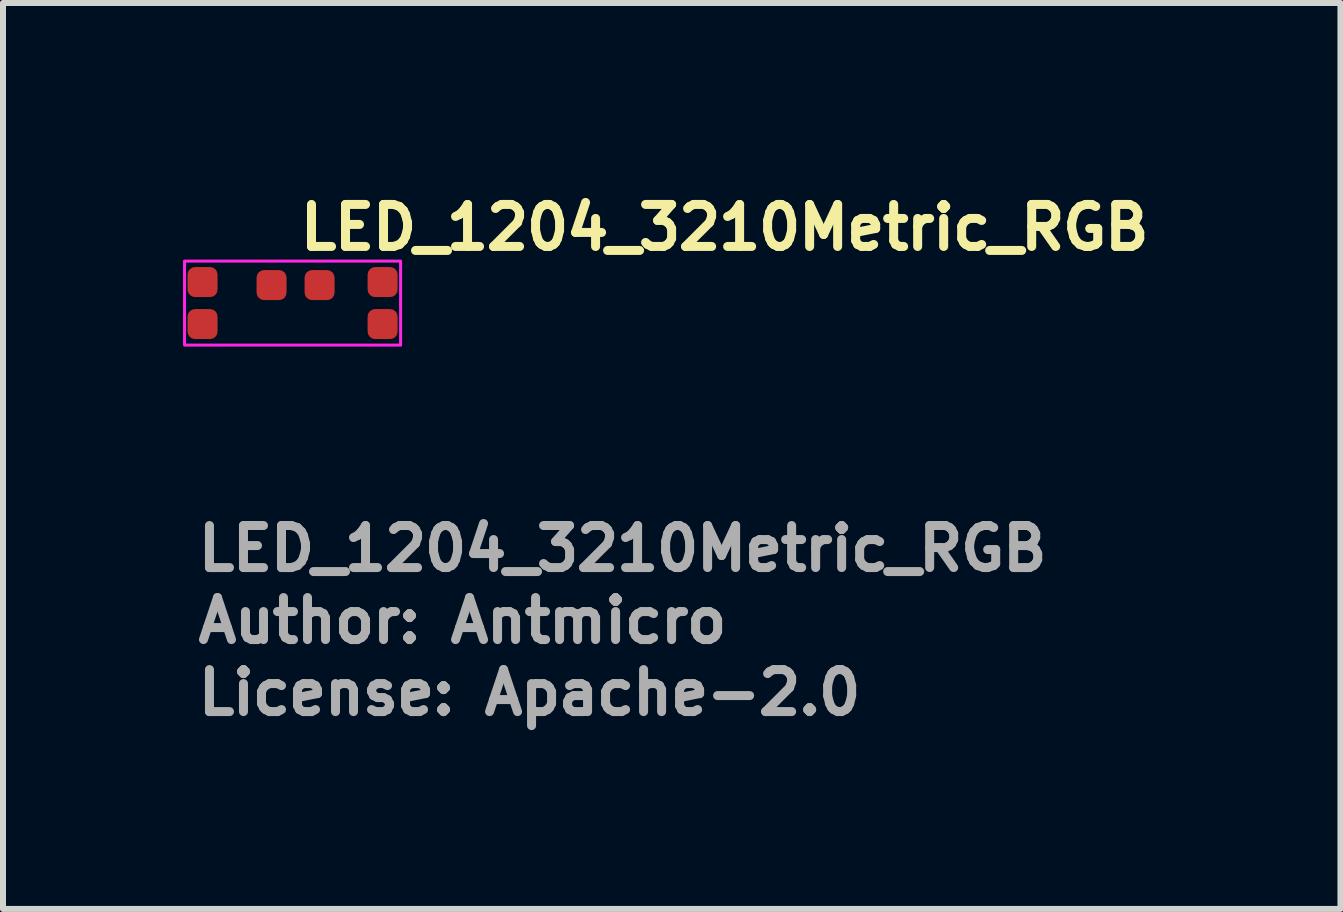
<source format=kicad_pcb>
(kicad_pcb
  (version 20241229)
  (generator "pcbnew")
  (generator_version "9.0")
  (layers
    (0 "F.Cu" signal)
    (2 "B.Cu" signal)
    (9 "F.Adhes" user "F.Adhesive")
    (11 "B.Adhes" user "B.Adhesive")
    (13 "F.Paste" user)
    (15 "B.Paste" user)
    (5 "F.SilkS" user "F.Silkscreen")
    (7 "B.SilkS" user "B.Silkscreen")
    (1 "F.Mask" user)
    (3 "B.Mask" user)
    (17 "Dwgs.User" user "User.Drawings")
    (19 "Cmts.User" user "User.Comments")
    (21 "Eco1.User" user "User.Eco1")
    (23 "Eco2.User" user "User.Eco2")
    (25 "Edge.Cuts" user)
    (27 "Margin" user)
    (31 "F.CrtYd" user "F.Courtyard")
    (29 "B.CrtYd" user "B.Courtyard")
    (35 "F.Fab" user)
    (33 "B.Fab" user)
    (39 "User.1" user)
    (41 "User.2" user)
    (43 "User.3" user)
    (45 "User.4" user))
  (footprint "LED_1204_3210Metric_RGB"
    (layer "F.Cu")
    (at 1.875 2)
    (property "Reference" "LED_1204_3210Metric_RGB" (at 0 -0.85 0) (unlocked yes) (layer "F.SilkS") (effects (font (size 0.7 0.7) (thickness 0.15)) (justify left bottom)))
    (attr smd)
    (fp_rect (start -1.85 -0.7) (end 1.75 0.7) (stroke (width 0.05) (type solid)) (fill no) (layer "F.CrtYd"))
    (fp_rect (start -1.65 -0.5) (end 1.55 0.5) (stroke (width 0.1) (type solid)) (fill no) (layer "User.5"))
    (fp_line (start -1.65 -0.25) (end -1.65 -0.1) (stroke (width 0.02) (type solid)) (layer "User.9"))
    (fp_line (start -1.65 -0.1) (end -1.65 0.1) (stroke (width 0.02) (type solid)) (layer "User.9"))
    (fp_line (start -1.65 0.1) (end -1.637 0.1) (stroke (width 0.02) (type solid)) (layer "User.9"))
    (fp_line (start -1.65 0.25) (end -1.65 0.1) (stroke (width 0.02) (type solid)) (layer "User.9"))
    (fp_line (start -1.638 -0.25) (end -1.65 -0.25) (stroke (width 0.02) (type solid)) (layer "User.9"))
    (fp_line (start -1.638 0.25) (end -1.65 0.25) (stroke (width 0.02) (type solid)) (layer "User.9"))
    (fp_line (start -1.637 -0.1) (end -1.65 -0.1) (stroke (width 0.02) (type solid)) (layer "User.9"))
    (fp_line (start -1.637 0.1) (end -1.625 0.101) (stroke (width 0.02) (type solid)) (layer "User.9"))
    (fp_line (start -1.625 -0.251) (end -1.638 -0.25) (stroke (width 0.02) (type solid)) (layer "User.9"))
    (fp_line (start -1.625 -0.101) (end -1.637 -0.1) (stroke (width 0.02) (type solid)) (layer "User.9"))
    (fp_line (start -1.625 0.101) (end -1.612 0.102) (stroke (width 0.02) (type solid)) (layer "User.9"))
    (fp_line (start -1.625 0.251) (end -1.638 0.25) (stroke (width 0.02) (type solid)) (layer "User.9"))
    (fp_line (start -1.613 -0.253) (end -1.625 -0.251) (stroke (width 0.02) (type solid)) (layer "User.9"))
    (fp_line (start -1.613 0.253) (end -1.625 0.251) (stroke (width 0.02) (type solid)) (layer "User.9"))
    (fp_line (start -1.612 -0.102) (end -1.625 -0.101) (stroke (width 0.02) (type solid)) (layer "User.9"))
    (fp_line (start -1.612 0.102) (end -1.599 0.103) (stroke (width 0.02) (type solid)) (layer "User.9"))
    (fp_line (start -1.601 -0.255) (end -1.613 -0.253) (stroke (width 0.02) (type solid)) (layer "User.9"))
    (fp_line (start -1.601 0.255) (end -1.613 0.253) (stroke (width 0.02) (type solid)) (layer "User.9"))
    (fp_line (start -1.599 -0.103) (end -1.612 -0.102) (stroke (width 0.02) (type solid)) (layer "User.9"))
    (fp_line (start -1.599 0.103) (end -1.587 0.105) (stroke (width 0.02) (type solid)) (layer "User.9"))
    (fp_line (start -1.589 -0.258) (end -1.601 -0.255) (stroke (width 0.02) (type solid)) (layer "User.9"))
    (fp_line (start -1.589 0.258) (end -1.601 0.255) (stroke (width 0.02) (type solid)) (layer "User.9"))
    (fp_line (start -1.587 -0.105) (end -1.599 -0.103) (stroke (width 0.02) (type solid)) (layer "User.9"))
    (fp_line (start -1.587 0.105) (end -1.575 0.107) (stroke (width 0.02) (type solid)) (layer "User.9"))
    (fp_line (start -1.577 -0.261) (end -1.589 -0.258) (stroke (width 0.02) (type solid)) (layer "User.9"))
    (fp_line (start -1.577 0.261) (end -1.589 0.258) (stroke (width 0.02) (type solid)) (layer "User.9"))
    (fp_line (start -1.575 -0.107) (end -1.587 -0.105) (stroke (width 0.02) (type solid)) (layer "User.9"))
    (fp_line (start -1.575 0.107) (end -1.562 0.11) (stroke (width 0.02) (type solid)) (layer "User.9"))
    (fp_line (start -1.566 -0.265) (end -1.577 -0.261) (stroke (width 0.02) (type solid)) (layer "User.9"))
    (fp_line (start -1.566 0.265) (end -1.577 0.261) (stroke (width 0.02) (type solid)) (layer "User.9"))
    (fp_line (start -1.562 -0.11) (end -1.575 -0.107) (stroke (width 0.02) (type solid)) (layer "User.9"))
    (fp_line (start -1.562 0.11) (end -1.55 0.113) (stroke (width 0.02) (type solid)) (layer "User.9"))
    (fp_line (start -1.554 -0.269) (end -1.566 -0.265) (stroke (width 0.02) (type solid)) (layer "User.9"))
    (fp_line (start -1.554 0.269) (end -1.566 0.265) (stroke (width 0.02) (type solid)) (layer "User.9"))
    (fp_line (start -1.55 -0.113) (end -1.562 -0.11) (stroke (width 0.02) (type solid)) (layer "User.9"))
    (fp_line (start -1.55 0.113) (end -1.538 0.116) (stroke (width 0.02) (type solid)) (layer "User.9"))
    (fp_line (start -1.543 -0.274) (end -1.554 -0.269) (stroke (width 0.02) (type solid)) (layer "User.9"))
    (fp_line (start -1.543 0.274) (end -1.554 0.269) (stroke (width 0.02) (type solid)) (layer "User.9"))
    (fp_line (start -1.538 -0.116) (end -1.55 -0.113) (stroke (width 0.02) (type solid)) (layer "User.9"))
    (fp_line (start -1.538 0.116) (end -1.526 0.12) (stroke (width 0.02) (type solid)) (layer "User.9"))
    (fp_line (start -1.532 -0.279) (end -1.543 -0.274) (stroke (width 0.02) (type solid)) (layer "User.9"))
    (fp_line (start -1.532 0.279) (end -1.543 0.274) (stroke (width 0.02) (type solid)) (layer "User.9"))
    (fp_line (start -1.526 -0.12) (end -1.538 -0.116) (stroke (width 0.02) (type solid)) (layer "User.9"))
    (fp_line (start -1.526 0.12) (end -1.514 0.124) (stroke (width 0.02) (type solid)) (layer "User.9"))
    (fp_line (start -1.522 -0.285) (end -1.532 -0.279) (stroke (width 0.02) (type solid)) (layer "User.9"))
    (fp_line (start -1.522 0.285) (end -1.532 0.279) (stroke (width 0.02) (type solid)) (layer "User.9"))
    (fp_line (start -1.514 -0.124) (end -1.526 -0.12) (stroke (width 0.02) (type solid)) (layer "User.9"))
    (fp_line (start -1.514 0.124) (end -1.502 0.128) (stroke (width 0.02) (type solid)) (layer "User.9"))
    (fp_line (start -1.511 -0.292) (end -1.522 -0.285) (stroke (width 0.02) (type solid)) (layer "User.9"))
    (fp_line (start -1.511 0.292) (end -1.522 0.285) (stroke (width 0.02) (type solid)) (layer "User.9"))
    (fp_line (start -1.502 -0.128) (end -1.514 -0.124) (stroke (width 0.02) (type solid)) (layer "User.9"))
    (fp_line (start -1.502 0.128) (end -1.49 0.133) (stroke (width 0.02) (type solid)) (layer "User.9"))
    (fp_line (start -1.501 -0.299) (end -1.511 -0.292) (stroke (width 0.02) (type solid)) (layer "User.9"))
    (fp_line (start -1.501 0.299) (end -1.511 0.292) (stroke (width 0.02) (type solid)) (layer "User.9"))
    (fp_line (start -1.492 -0.307) (end -1.501 -0.299) (stroke (width 0.02) (type solid)) (layer "User.9"))
    (fp_line (start -1.492 0.307) (end -1.501 0.299) (stroke (width 0.02) (type solid)) (layer "User.9"))
    (fp_line (start -1.49 -0.133) (end -1.502 -0.128) (stroke (width 0.02) (type solid)) (layer "User.9"))
    (fp_line (start -1.49 0.133) (end -1.479 0.138) (stroke (width 0.02) (type solid)) (layer "User.9"))
    (fp_line (start -1.482 -0.315) (end -1.492 -0.307) (stroke (width 0.02) (type solid)) (layer "User.9"))
    (fp_line (start -1.482 0.315) (end -1.492 0.307) (stroke (width 0.02) (type solid)) (layer "User.9"))
    (fp_line (start -1.479 -0.138) (end -1.49 -0.133) (stroke (width 0.02) (type solid)) (layer "User.9"))
    (fp_line (start -1.479 0.138) (end -1.468 0.144) (stroke (width 0.02) (type solid)) (layer "User.9"))
    (fp_line (start -1.473 -0.323) (end -1.482 -0.315) (stroke (width 0.02) (type solid)) (layer "User.9"))
    (fp_line (start -1.473 -0.323) (end -1.473 -0.323) (stroke (width 0.02) (type solid)) (layer "User.9"))
    (fp_line (start -1.473 0.323) (end -1.482 0.315) (stroke (width 0.02) (type solid)) (layer "User.9"))
    (fp_line (start -1.473 0.323) (end -1.473 0.323) (stroke (width 0.02) (type solid)) (layer "User.9"))
    (fp_line (start -1.468 -0.144) (end -1.479 -0.138) (stroke (width 0.02) (type solid)) (layer "User.9"))
    (fp_line (start -1.468 0.144) (end -1.456 0.15) (stroke (width 0.02) (type solid)) (layer "User.9"))
    (fp_line (start -1.465 -0.332) (end -1.473 -0.323) (stroke (width 0.02) (type solid)) (layer "User.9"))
    (fp_line (start -1.465 0.332) (end -1.473 0.323) (stroke (width 0.02) (type solid)) (layer "User.9"))
    (fp_line (start -1.457 -0.342) (end -1.465 -0.332) (stroke (width 0.02) (type solid)) (layer "User.9"))
    (fp_line (start -1.457 0.342) (end -1.465 0.332) (stroke (width 0.02) (type solid)) (layer "User.9"))
    (fp_line (start -1.456 -0.15) (end -1.468 -0.144) (stroke (width 0.02) (type solid)) (layer "User.9"))
    (fp_line (start -1.456 0.15) (end -1.05 0.15) (stroke (width 0.02) (type solid)) (layer "User.9"))
    (fp_line (start -1.449 -0.351) (end -1.457 -0.342) (stroke (width 0.02) (type solid)) (layer "User.9"))
    (fp_line (start -1.449 0.351) (end -1.457 0.342) (stroke (width 0.02) (type solid)) (layer "User.9"))
    (fp_line (start -1.442 -0.361) (end -1.449 -0.351) (stroke (width 0.02) (type solid)) (layer "User.9"))
    (fp_line (start -1.442 0.361) (end -1.449 0.351) (stroke (width 0.02) (type solid)) (layer "User.9"))
    (fp_line (start -1.435 -0.372) (end -1.442 -0.361) (stroke (width 0.02) (type solid)) (layer "User.9"))
    (fp_line (start -1.435 0.372) (end -1.442 0.361) (stroke (width 0.02) (type solid)) (layer "User.9"))
    (fp_line (start -1.429 -0.382) (end -1.435 -0.372) (stroke (width 0.02) (type solid)) (layer "User.9"))
    (fp_line (start -1.429 0.382) (end -1.435 0.372) (stroke (width 0.02) (type solid)) (layer "User.9"))
    (fp_line (start -1.424 -0.393) (end -1.429 -0.382) (stroke (width 0.02) (type solid)) (layer "User.9"))
    (fp_line (start -1.424 0.393) (end -1.429 0.382) (stroke (width 0.02) (type solid)) (layer "User.9"))
    (fp_line (start -1.419 -0.404) (end -1.424 -0.393) (stroke (width 0.02) (type solid)) (layer "User.9"))
    (fp_line (start -1.419 0.404) (end -1.424 0.393) (stroke (width 0.02) (type solid)) (layer "User.9"))
    (fp_line (start -1.415 -0.416) (end -1.419 -0.404) (stroke (width 0.02) (type solid)) (layer "User.9"))
    (fp_line (start -1.415 0.416) (end -1.419 0.404) (stroke (width 0.02) (type solid)) (layer "User.9"))
    (fp_line (start -1.411 -0.427) (end -1.415 -0.416) (stroke (width 0.02) (type solid)) (layer "User.9"))
    (fp_line (start -1.411 0.427) (end -1.415 0.416) (stroke (width 0.02) (type solid)) (layer "User.9"))
    (fp_line (start -1.408 -0.439) (end -1.411 -0.427) (stroke (width 0.02) (type solid)) (layer "User.9"))
    (fp_line (start -1.408 0.439) (end -1.411 0.427) (stroke (width 0.02) (type solid)) (layer "User.9"))
    (fp_line (start -1.405 -0.451) (end -1.408 -0.439) (stroke (width 0.02) (type solid)) (layer "User.9"))
    (fp_line (start -1.405 0.451) (end -1.408 0.439) (stroke (width 0.02) (type solid)) (layer "User.9"))
    (fp_line (start -1.403 -0.463) (end -1.405 -0.451) (stroke (width 0.02) (type solid)) (layer "User.9"))
    (fp_line (start -1.403 0.463) (end -1.405 0.451) (stroke (width 0.02) (type solid)) (layer "User.9"))
    (fp_line (start -1.401 -0.475) (end -1.403 -0.463) (stroke (width 0.02) (type solid)) (layer "User.9"))
    (fp_line (start -1.401 0.475) (end -1.403 0.463) (stroke (width 0.02) (type solid)) (layer "User.9"))
    (fp_line (start -1.4 -0.5) (end -1.4 -0.488) (stroke (width 0.02) (type solid)) (layer "User.9"))
    (fp_line (start -1.4 -0.488) (end -1.401 -0.475) (stroke (width 0.02) (type solid)) (layer "User.9"))
    (fp_line (start -1.4 0.488) (end -1.401 0.475) (stroke (width 0.02) (type solid)) (layer "User.9"))
    (fp_line (start -1.4 0.5) (end -1.4 0.488) (stroke (width 0.02) (type solid)) (layer "User.9"))
    (fp_line (start -1.4 0.5) (end -1.25 0.5) (stroke (width 0.02) (type solid)) (layer "User.9"))
    (fp_line (start -1.25 -0.5) (end -1.4 -0.5) (stroke (width 0.02) (type solid)) (layer "User.9"))
    (fp_line (start -1.25 -0.5) (end -1.25 -0.49) (stroke (width 0.02) (type solid)) (layer "User.9"))
    (fp_line (start -1.25 -0.5) (end 1.15 -0.5) (stroke (width 0.02) (type solid)) (layer "User.9"))
    (fp_line (start -1.25 -0.49) (end -1.249 -0.48) (stroke (width 0.02) (type solid)) (layer "User.9"))
    (fp_line (start -1.25 0.49) (end -1.249 0.48) (stroke (width 0.02) (type solid)) (layer "User.9"))
    (fp_line (start -1.25 0.5) (end -1.25 0.49) (stroke (width 0.02) (type solid)) (layer "User.9"))
    (fp_line (start -1.25 0.5) (end 1.15 0.5) (stroke (width 0.02) (type solid)) (layer "User.9"))
    (fp_line (start -1.249 -0.48) (end -1.248 -0.47) (stroke (width 0.02) (type solid)) (layer "User.9"))
    (fp_line (start -1.249 0.48) (end -1.248 0.47) (stroke (width 0.02) (type solid)) (layer "User.9"))
    (fp_line (start -1.248 -0.47) (end -1.246 -0.461) (stroke (width 0.02) (type solid)) (layer "User.9"))
    (fp_line (start -1.248 0.47) (end -1.246 0.461) (stroke (width 0.02) (type solid)) (layer "User.9"))
    (fp_line (start -1.246 -0.461) (end -1.244 -0.451) (stroke (width 0.02) (type solid)) (layer "User.9"))
    (fp_line (start -1.246 0.461) (end -1.244 0.451) (stroke (width 0.02) (type solid)) (layer "User.9"))
    (fp_line (start -1.244 -0.451) (end -1.241 -0.442) (stroke (width 0.02) (type solid)) (layer "User.9"))
    (fp_line (start -1.244 0.451) (end -1.241 0.442) (stroke (width 0.02) (type solid)) (layer "User.9"))
    (fp_line (start -1.241 -0.442) (end -1.238 -0.433) (stroke (width 0.02) (type solid)) (layer "User.9"))
    (fp_line (start -1.241 0.442) (end -1.238 0.433) (stroke (width 0.02) (type solid)) (layer "User.9"))
    (fp_line (start -1.238 -0.433) (end -1.235 -0.423) (stroke (width 0.02) (type solid)) (layer "User.9"))
    (fp_line (start -1.238 0.433) (end -1.235 0.423) (stroke (width 0.02) (type solid)) (layer "User.9"))
    (fp_line (start -1.235 -0.423) (end -1.231 -0.415) (stroke (width 0.02) (type solid)) (layer "User.9"))
    (fp_line (start -1.235 0.423) (end -1.231 0.415) (stroke (width 0.02) (type solid)) (layer "User.9"))
    (fp_line (start -1.231 -0.415) (end -1.226 -0.406) (stroke (width 0.02) (type solid)) (layer "User.9"))
    (fp_line (start -1.231 0.415) (end -1.226 0.406) (stroke (width 0.02) (type solid)) (layer "User.9"))
    (fp_line (start -1.226 -0.406) (end -1.222 -0.397) (stroke (width 0.02) (type solid)) (layer "User.9"))
    (fp_line (start -1.226 0.406) (end -1.222 0.397) (stroke (width 0.02) (type solid)) (layer "User.9"))
    (fp_line (start -1.222 -0.397) (end -1.216 -0.389) (stroke (width 0.02) (type solid)) (layer "User.9"))
    (fp_line (start -1.222 0.397) (end -1.216 0.389) (stroke (width 0.02) (type solid)) (layer "User.9"))
    (fp_line (start -1.216 -0.389) (end -1.211 -0.381) (stroke (width 0.02) (type solid)) (layer "User.9"))
    (fp_line (start -1.216 0.389) (end -1.211 0.381) (stroke (width 0.02) (type solid)) (layer "User.9"))
    (fp_line (start -1.211 -0.381) (end -1.205 -0.373) (stroke (width 0.02) (type solid)) (layer "User.9"))
    (fp_line (start -1.211 0.381) (end -1.205 0.373) (stroke (width 0.02) (type solid)) (layer "User.9"))
    (fp_line (start -1.205 -0.373) (end -1.198 -0.366) (stroke (width 0.02) (type solid)) (layer "User.9"))
    (fp_line (start -1.205 0.373) (end -1.198 0.366) (stroke (width 0.02) (type solid)) (layer "User.9"))
    (fp_line (start -1.198 -0.366) (end -1.191 -0.359) (stroke (width 0.02) (type solid)) (layer "User.9"))
    (fp_line (start -1.198 0.366) (end -1.191 0.359) (stroke (width 0.02) (type solid)) (layer "User.9"))
    (fp_line (start -1.191 -0.359) (end -1.191 -0.359) (stroke (width 0.02) (type solid)) (layer "User.9"))
    (fp_line (start -1.191 -0.359) (end -1.184 -0.352) (stroke (width 0.02) (type solid)) (layer "User.9"))
    (fp_line (start -1.191 0.359) (end -1.191 0.359) (stroke (width 0.02) (type solid)) (layer "User.9"))
    (fp_line (start -1.191 0.359) (end -1.184 0.352) (stroke (width 0.02) (type solid)) (layer "User.9"))
    (fp_line (start -1.184 -0.352) (end -1.177 -0.345) (stroke (width 0.02) (type solid)) (layer "User.9"))
    (fp_line (start -1.184 0.352) (end -1.177 0.345) (stroke (width 0.02) (type solid)) (layer "User.9"))
    (fp_line (start -1.177 -0.345) (end -1.169 -0.339) (stroke (width 0.02) (type solid)) (layer "User.9"))
    (fp_line (start -1.177 0.345) (end -1.169 0.339) (stroke (width 0.02) (type solid)) (layer "User.9"))
    (fp_line (start -1.169 -0.339) (end -1.161 -0.334) (stroke (width 0.02) (type solid)) (layer "User.9"))
    (fp_line (start -1.169 0.339) (end -1.161 0.334) (stroke (width 0.02) (type solid)) (layer "User.9"))
    (fp_line (start -1.161 -0.334) (end -1.153 -0.328) (stroke (width 0.02) (type solid)) (layer "User.9"))
    (fp_line (start -1.161 0.334) (end -1.153 0.328) (stroke (width 0.02) (type solid)) (layer "User.9"))
    (fp_line (start -1.153 -0.328) (end -1.144 -0.324) (stroke (width 0.02) (type solid)) (layer "User.9"))
    (fp_line (start -1.153 0.328) (end -1.144 0.324) (stroke (width 0.02) (type solid)) (layer "User.9"))
    (fp_line (start -1.144 -0.324) (end -1.135 -0.319) (stroke (width 0.02) (type solid)) (layer "User.9"))
    (fp_line (start -1.144 0.324) (end -1.135 0.319) (stroke (width 0.02) (type solid)) (layer "User.9"))
    (fp_line (start -1.135 -0.319) (end -1.127 -0.315) (stroke (width 0.02) (type solid)) (layer "User.9"))
    (fp_line (start -1.135 0.319) (end -1.127 0.315) (stroke (width 0.02) (type solid)) (layer "User.9"))
    (fp_line (start -1.127 -0.315) (end -1.117 -0.312) (stroke (width 0.02) (type solid)) (layer "User.9"))
    (fp_line (start -1.127 0.315) (end -1.117 0.312) (stroke (width 0.02) (type solid)) (layer "User.9"))
    (fp_line (start -1.117 -0.312) (end -1.108 -0.309) (stroke (width 0.02) (type solid)) (layer "User.9"))
    (fp_line (start -1.117 0.312) (end -1.108 0.309) (stroke (width 0.02) (type solid)) (layer "User.9"))
    (fp_line (start -1.108 -0.309) (end -1.099 -0.306) (stroke (width 0.02) (type solid)) (layer "User.9"))
    (fp_line (start -1.108 0.309) (end -1.099 0.306) (stroke (width 0.02) (type solid)) (layer "User.9"))
    (fp_line (start -1.099 -0.306) (end -1.089 -0.304) (stroke (width 0.02) (type solid)) (layer "User.9"))
    (fp_line (start -1.099 0.306) (end -1.089 0.304) (stroke (width 0.02) (type solid)) (layer "User.9"))
    (fp_line (start -1.089 -0.304) (end -1.08 -0.302) (stroke (width 0.02) (type solid)) (layer "User.9"))
    (fp_line (start -1.089 0.304) (end -1.08 0.302) (stroke (width 0.02) (type solid)) (layer "User.9"))
    (fp_line (start -1.08 -0.302) (end -1.07 -0.301) (stroke (width 0.02) (type solid)) (layer "User.9"))
    (fp_line (start -1.08 0.302) (end -1.07 0.301) (stroke (width 0.02) (type solid)) (layer "User.9"))
    (fp_line (start -1.07 -0.301) (end -1.06 -0.3) (stroke (width 0.02) (type solid)) (layer "User.9"))
    (fp_line (start -1.07 0.301) (end -1.06 0.3) (stroke (width 0.02) (type solid)) (layer "User.9"))
    (fp_line (start -1.06 -0.3) (end -1.05 -0.3) (stroke (width 0.02) (type solid)) (layer "User.9"))
    (fp_line (start -1.06 0.3) (end -1.05 0.3) (stroke (width 0.02) (type solid)) (layer "User.9"))
    (fp_line (start -1.05 -0.475) (end -1.05 -0.3) (stroke (width 0.02) (type solid)) (layer "User.9"))
    (fp_line (start -1.05 -0.475) (end -1.025 -0.475) (stroke (width 0.02) (type solid)) (layer "User.9"))
    (fp_line (start -1.05 -0.3) (end -1.05 -0.15) (stroke (width 0.02) (type solid)) (layer "User.9"))
    (fp_line (start -1.05 -0.15) (end -1.456 -0.15) (stroke (width 0.02) (type solid)) (layer "User.9"))
    (fp_line (start -1.05 -0.15) (end -1.05 0.15) (stroke (width 0.02) (type solid)) (layer "User.9"))
    (fp_line (start -1.05 0.15) (end -1.05 0.3) (stroke (width 0.02) (type solid)) (layer "User.9"))
    (fp_line (start -1.05 0.475) (end -1.05 0.3) (stroke (width 0.02) (type solid)) (layer "User.9"))
    (fp_line (start -1.05 0.475) (end -1.025 0.475) (stroke (width 0.02) (type solid)) (layer "User.9"))
    (fp_line (start -1.025 -0.475) (end -1.025 -0.475) (stroke (width 0.02) (type solid)) (layer "User.9"))
    (fp_line (start -1.025 -0.475) (end -0.951 -0.475) (stroke (width 0.02) (type solid)) (layer "User.9"))
    (fp_line (start -1.025 0.475) (end -1.025 0.475) (stroke (width 0.02) (type solid)) (layer "User.9"))
    (fp_line (start -1.025 0.475) (end -0.951 0.475) (stroke (width 0.02) (type solid)) (layer "User.9"))
    (fp_line (start -0.951 -0.475) (end -0.951 -0.475) (stroke (width 0.02) (type solid)) (layer "User.9"))
    (fp_line (start -0.951 -0.475) (end -0.832 -0.475) (stroke (width 0.02) (type solid)) (layer "User.9"))
    (fp_line (start -0.951 0.475) (end -0.951 0.475) (stroke (width 0.02) (type solid)) (layer "User.9"))
    (fp_line (start -0.951 0.475) (end -0.832 0.475) (stroke (width 0.02) (type solid)) (layer "User.9"))
    (fp_line (start -0.832 -0.475) (end -0.832 -0.475) (stroke (width 0.02) (type solid)) (layer "User.9"))
    (fp_line (start -0.832 -0.475) (end -0.673 -0.475) (stroke (width 0.02) (type solid)) (layer "User.9"))
    (fp_line (start -0.832 0.475) (end -0.832 0.475) (stroke (width 0.02) (type solid)) (layer "User.9"))
    (fp_line (start -0.832 0.475) (end -0.673 0.475) (stroke (width 0.02) (type solid)) (layer "User.9"))
    (fp_line (start -0.673 -0.475) (end -0.673 -0.475) (stroke (width 0.02) (type solid)) (layer "User.9"))
    (fp_line (start -0.673 -0.475) (end -0.484 -0.475) (stroke (width 0.02) (type solid)) (layer "User.9"))
    (fp_line (start -0.673 0.475) (end -0.673 0.475) (stroke (width 0.02) (type solid)) (layer "User.9"))
    (fp_line (start -0.673 0.475) (end -0.484 0.475) (stroke (width 0.02) (type solid)) (layer "User.9"))
    (fp_line (start -0.484 -0.475) (end -0.484 -0.475) (stroke (width 0.02) (type solid)) (layer "User.9"))
    (fp_line (start -0.484 -0.475) (end -0.273 -0.475) (stroke (width 0.02) (type solid)) (layer "User.9"))
    (fp_line (start -0.484 0.475) (end -0.484 0.475) (stroke (width 0.02) (type solid)) (layer "User.9"))
    (fp_line (start -0.484 0.475) (end -0.273 0.475) (stroke (width 0.02) (type solid)) (layer "User.9"))
    (fp_line (start -0.273 -0.475) (end -0.273 -0.475) (stroke (width 0.02) (type solid)) (layer "User.9"))
    (fp_line (start -0.273 -0.475) (end -0.05 -0.475) (stroke (width 0.02) (type solid)) (layer "User.9"))
    (fp_line (start -0.273 0.475) (end -0.273 0.475) (stroke (width 0.02) (type solid)) (layer "User.9"))
    (fp_line (start -0.273 0.475) (end -0.05 0.475) (stroke (width 0.02) (type solid)) (layer "User.9"))
    (fp_line (start -0.05 -0.475) (end -0.05 -0.475) (stroke (width 0.02) (type solid)) (layer "User.9"))
    (fp_line (start -0.05 -0.475) (end 0.173 -0.475) (stroke (width 0.02) (type solid)) (layer "User.9"))
    (fp_line (start -0.05 0.475) (end -0.05 0.475) (stroke (width 0.02) (type solid)) (layer "User.9"))
    (fp_line (start -0.05 0.475) (end 0.173 0.475) (stroke (width 0.02) (type solid)) (layer "User.9"))
    (fp_line (start 0.173 -0.475) (end 0.173 -0.475) (stroke (width 0.02) (type solid)) (layer "User.9"))
    (fp_line (start 0.173 -0.475) (end 0.384 -0.475) (stroke (width 0.02) (type solid)) (layer "User.9"))
    (fp_line (start 0.173 0.475) (end 0.173 0.475) (stroke (width 0.02) (type solid)) (layer "User.9"))
    (fp_line (start 0.173 0.475) (end 0.384 0.475) (stroke (width 0.02) (type solid)) (layer "User.9"))
    (fp_line (start 0.384 -0.475) (end 0.384 -0.475) (stroke (width 0.02) (type solid)) (layer "User.9"))
    (fp_line (start 0.384 -0.475) (end 0.573 -0.475) (stroke (width 0.02) (type solid)) (layer "User.9"))
    (fp_line (start 0.384 0.475) (end 0.384 0.475) (stroke (width 0.02) (type solid)) (layer "User.9"))
    (fp_line (start 0.384 0.475) (end 0.573 0.475) (stroke (width 0.02) (type solid)) (layer "User.9"))
    (fp_line (start 0.573 -0.475) (end 0.573 -0.475) (stroke (width 0.02) (type solid)) (layer "User.9"))
    (fp_line (start 0.573 -0.475) (end 0.732 -0.475) (stroke (width 0.02) (type solid)) (layer "User.9"))
    (fp_line (start 0.573 0.475) (end 0.573 0.475) (stroke (width 0.02) (type solid)) (layer "User.9"))
    (fp_line (start 0.573 0.475) (end 0.732 0.475) (stroke (width 0.02) (type solid)) (layer "User.9"))
    (fp_line (start 0.732 -0.475) (end 0.732 -0.475) (stroke (width 0.02) (type solid)) (layer "User.9"))
    (fp_line (start 0.732 -0.475) (end 0.851 -0.475) (stroke (width 0.02) (type solid)) (layer "User.9"))
    (fp_line (start 0.732 0.475) (end 0.732 0.475) (stroke (width 0.02) (type solid)) (layer "User.9"))
    (fp_line (start 0.732 0.475) (end 0.851 0.475) (stroke (width 0.02) (type solid)) (layer "User.9"))
    (fp_line (start 0.851 -0.475) (end 0.851 -0.475) (stroke (width 0.02) (type solid)) (layer "User.9"))
    (fp_line (start 0.851 -0.475) (end 0.925 -0.475) (stroke (width 0.02) (type solid)) (layer "User.9"))
    (fp_line (start 0.851 0.475) (end 0.851 0.475) (stroke (width 0.02) (type solid)) (layer "User.9"))
    (fp_line (start 0.851 0.475) (end 0.925 0.475) (stroke (width 0.02) (type solid)) (layer "User.9"))
    (fp_line (start 0.925 -0.475) (end 0.925 -0.475) (stroke (width 0.02) (type solid)) (layer "User.9"))
    (fp_line (start 0.925 -0.475) (end 0.95 -0.475) (stroke (width 0.02) (type solid)) (layer "User.9"))
    (fp_line (start 0.925 0.475) (end 0.925 0.475) (stroke (width 0.02) (type solid)) (layer "User.9"))
    (fp_line (start 0.925 0.475) (end 0.95 0.475) (stroke (width 0.02) (type solid)) (layer "User.9"))
    (fp_line (start 0.95 -0.3) (end 0.95 -0.475) (stroke (width 0.02) (type solid)) (layer "User.9"))
    (fp_line (start 0.95 -0.3) (end 0.96 -0.3) (stroke (width 0.02) (type solid)) (layer "User.9"))
    (fp_line (start 0.95 -0.15) (end 0.95 -0.3) (stroke (width 0.02) (type solid)) (layer "User.9"))
    (fp_line (start 0.95 -0.15) (end 0.95 0.15) (stroke (width 0.02) (type solid)) (layer "User.9"))
    (fp_line (start 0.95 0.15) (end 1.356 0.15) (stroke (width 0.02) (type solid)) (layer "User.9"))
    (fp_line (start 0.95 0.3) (end 0.95 0.15) (stroke (width 0.02) (type solid)) (layer "User.9"))
    (fp_line (start 0.95 0.3) (end 0.95 0.475) (stroke (width 0.02) (type solid)) (layer "User.9"))
    (fp_line (start 0.96 -0.3) (end 0.97 -0.301) (stroke (width 0.02) (type solid)) (layer "User.9"))
    (fp_line (start 0.96 0.3) (end 0.95 0.3) (stroke (width 0.02) (type solid)) (layer "User.9"))
    (fp_line (start 0.97 -0.301) (end 0.98 -0.302) (stroke (width 0.02) (type solid)) (layer "User.9"))
    (fp_line (start 0.97 0.301) (end 0.96 0.3) (stroke (width 0.02) (type solid)) (layer "User.9"))
    (fp_line (start 0.98 -0.302) (end 0.989 -0.304) (stroke (width 0.02) (type solid)) (layer "User.9"))
    (fp_line (start 0.98 0.302) (end 0.97 0.301) (stroke (width 0.02) (type solid)) (layer "User.9"))
    (fp_line (start 0.989 -0.304) (end 0.999 -0.306) (stroke (width 0.02) (type solid)) (layer "User.9"))
    (fp_line (start 0.989 0.304) (end 0.98 0.302) (stroke (width 0.02) (type solid)) (layer "User.9"))
    (fp_line (start 0.999 -0.306) (end 1.008 -0.309) (stroke (width 0.02) (type solid)) (layer "User.9"))
    (fp_line (start 0.999 0.306) (end 0.989 0.304) (stroke (width 0.02) (type solid)) (layer "User.9"))
    (fp_line (start 1.008 -0.309) (end 1.017 -0.312) (stroke (width 0.02) (type solid)) (layer "User.9"))
    (fp_line (start 1.008 0.309) (end 0.999 0.306) (stroke (width 0.02) (type solid)) (layer "User.9"))
    (fp_line (start 1.017 -0.312) (end 1.027 -0.315) (stroke (width 0.02) (type solid)) (layer "User.9"))
    (fp_line (start 1.017 0.312) (end 1.008 0.309) (stroke (width 0.02) (type solid)) (layer "User.9"))
    (fp_line (start 1.027 -0.315) (end 1.035 -0.319) (stroke (width 0.02) (type solid)) (layer "User.9"))
    (fp_line (start 1.027 0.315) (end 1.017 0.312) (stroke (width 0.02) (type solid)) (layer "User.9"))
    (fp_line (start 1.035 -0.319) (end 1.044 -0.324) (stroke (width 0.02) (type solid)) (layer "User.9"))
    (fp_line (start 1.035 0.319) (end 1.027 0.315) (stroke (width 0.02) (type solid)) (layer "User.9"))
    (fp_line (start 1.044 -0.324) (end 1.053 -0.328) (stroke (width 0.02) (type solid)) (layer "User.9"))
    (fp_line (start 1.044 0.324) (end 1.035 0.319) (stroke (width 0.02) (type solid)) (layer "User.9"))
    (fp_line (start 1.053 -0.328) (end 1.061 -0.334) (stroke (width 0.02) (type solid)) (layer "User.9"))
    (fp_line (start 1.053 0.328) (end 1.044 0.324) (stroke (width 0.02) (type solid)) (layer "User.9"))
    (fp_line (start 1.061 -0.334) (end 1.069 -0.339) (stroke (width 0.02) (type solid)) (layer "User.9"))
    (fp_line (start 1.061 0.334) (end 1.053 0.328) (stroke (width 0.02) (type solid)) (layer "User.9"))
    (fp_line (start 1.069 -0.339) (end 1.077 -0.345) (stroke (width 0.02) (type solid)) (layer "User.9"))
    (fp_line (start 1.069 0.339) (end 1.061 0.334) (stroke (width 0.02) (type solid)) (layer "User.9"))
    (fp_line (start 1.077 -0.345) (end 1.084 -0.352) (stroke (width 0.02) (type solid)) (layer "User.9"))
    (fp_line (start 1.077 0.345) (end 1.069 0.339) (stroke (width 0.02) (type solid)) (layer "User.9"))
    (fp_line (start 1.084 -0.352) (end 1.091 -0.359) (stroke (width 0.02) (type solid)) (layer "User.9"))
    (fp_line (start 1.084 0.352) (end 1.077 0.345) (stroke (width 0.02) (type solid)) (layer "User.9"))
    (fp_line (start 1.091 -0.359) (end 1.091 -0.359) (stroke (width 0.02) (type solid)) (layer "User.9"))
    (fp_line (start 1.091 -0.359) (end 1.098 -0.366) (stroke (width 0.02) (type solid)) (layer "User.9"))
    (fp_line (start 1.091 0.359) (end 1.084 0.352) (stroke (width 0.02) (type solid)) (layer "User.9"))
    (fp_line (start 1.091 0.359) (end 1.091 0.359) (stroke (width 0.02) (type solid)) (layer "User.9"))
    (fp_line (start 1.098 -0.366) (end 1.105 -0.373) (stroke (width 0.02) (type solid)) (layer "User.9"))
    (fp_line (start 1.098 0.366) (end 1.091 0.359) (stroke (width 0.02) (type solid)) (layer "User.9"))
    (fp_line (start 1.105 -0.373) (end 1.111 -0.381) (stroke (width 0.02) (type solid)) (layer "User.9"))
    (fp_line (start 1.105 0.373) (end 1.098 0.366) (stroke (width 0.02) (type solid)) (layer "User.9"))
    (fp_line (start 1.111 -0.381) (end 1.116 -0.389) (stroke (width 0.02) (type solid)) (layer "User.9"))
    (fp_line (start 1.111 0.381) (end 1.105 0.373) (stroke (width 0.02) (type solid)) (layer "User.9"))
    (fp_line (start 1.116 -0.389) (end 1.122 -0.397) (stroke (width 0.02) (type solid)) (layer "User.9"))
    (fp_line (start 1.116 0.389) (end 1.111 0.381) (stroke (width 0.02) (type solid)) (layer "User.9"))
    (fp_line (start 1.122 -0.397) (end 1.126 -0.406) (stroke (width 0.02) (type solid)) (layer "User.9"))
    (fp_line (start 1.122 0.397) (end 1.116 0.389) (stroke (width 0.02) (type solid)) (layer "User.9"))
    (fp_line (start 1.126 -0.406) (end 1.131 -0.415) (stroke (width 0.02) (type solid)) (layer "User.9"))
    (fp_line (start 1.126 0.406) (end 1.122 0.397) (stroke (width 0.02) (type solid)) (layer "User.9"))
    (fp_line (start 1.131 -0.415) (end 1.135 -0.423) (stroke (width 0.02) (type solid)) (layer "User.9"))
    (fp_line (start 1.131 0.415) (end 1.126 0.406) (stroke (width 0.02) (type solid)) (layer "User.9"))
    (fp_line (start 1.135 -0.423) (end 1.138 -0.433) (stroke (width 0.02) (type solid)) (layer "User.9"))
    (fp_line (start 1.135 0.423) (end 1.131 0.415) (stroke (width 0.02) (type solid)) (layer "User.9"))
    (fp_line (start 1.138 -0.433) (end 1.141 -0.442) (stroke (width 0.02) (type solid)) (layer "User.9"))
    (fp_line (start 1.138 0.433) (end 1.135 0.423) (stroke (width 0.02) (type solid)) (layer "User.9"))
    (fp_line (start 1.141 -0.442) (end 1.144 -0.451) (stroke (width 0.02) (type solid)) (layer "User.9"))
    (fp_line (start 1.141 0.442) (end 1.138 0.433) (stroke (width 0.02) (type solid)) (layer "User.9"))
    (fp_line (start 1.144 -0.451) (end 1.146 -0.461) (stroke (width 0.02) (type solid)) (layer "User.9"))
    (fp_line (start 1.144 0.451) (end 1.141 0.442) (stroke (width 0.02) (type solid)) (layer "User.9"))
    (fp_line (start 1.146 -0.461) (end 1.148 -0.47) (stroke (width 0.02) (type solid)) (layer "User.9"))
    (fp_line (start 1.146 0.461) (end 1.144 0.451) (stroke (width 0.02) (type solid)) (layer "User.9"))
    (fp_line (start 1.148 -0.47) (end 1.149 -0.48) (stroke (width 0.02) (type solid)) (layer "User.9"))
    (fp_line (start 1.148 0.47) (end 1.146 0.461) (stroke (width 0.02) (type solid)) (layer "User.9"))
    (fp_line (start 1.149 -0.48) (end 1.15 -0.49) (stroke (width 0.02) (type solid)) (layer "User.9"))
    (fp_line (start 1.149 0.48) (end 1.148 0.47) (stroke (width 0.02) (type solid)) (layer "User.9"))
    (fp_line (start 1.15 -0.49) (end 1.15 -0.5) (stroke (width 0.02) (type solid)) (layer "User.9"))
    (fp_line (start 1.15 0.49) (end 1.149 0.48) (stroke (width 0.02) (type solid)) (layer "User.9"))
    (fp_line (start 1.15 0.5) (end 1.15 0.49) (stroke (width 0.02) (type solid)) (layer "User.9"))
    (fp_line (start 1.15 0.5) (end 1.3 0.5) (stroke (width 0.02) (type solid)) (layer "User.9"))
    (fp_line (start 1.3 -0.5) (end 1.15 -0.5) (stroke (width 0.02) (type solid)) (layer "User.9"))
    (fp_line (start 1.3 -0.5) (end 1.3 -0.488) (stroke (width 0.02) (type solid)) (layer "User.9"))
    (fp_line (start 1.3 -0.488) (end 1.301 -0.475) (stroke (width 0.02) (type solid)) (layer "User.9"))
    (fp_line (start 1.3 0.488) (end 1.301 0.475) (stroke (width 0.02) (type solid)) (layer "User.9"))
    (fp_line (start 1.3 0.5) (end 1.3 0.488) (stroke (width 0.02) (type solid)) (layer "User.9"))
    (fp_line (start 1.301 -0.475) (end 1.303 -0.463) (stroke (width 0.02) (type solid)) (layer "User.9"))
    (fp_line (start 1.301 0.475) (end 1.303 0.463) (stroke (width 0.02) (type solid)) (layer "User.9"))
    (fp_line (start 1.303 -0.463) (end 1.305 -0.451) (stroke (width 0.02) (type solid)) (layer "User.9"))
    (fp_line (start 1.303 0.463) (end 1.305 0.451) (stroke (width 0.02) (type solid)) (layer "User.9"))
    (fp_line (start 1.305 -0.451) (end 1.308 -0.439) (stroke (width 0.02) (type solid)) (layer "User.9"))
    (fp_line (start 1.305 0.451) (end 1.308 0.439) (stroke (width 0.02) (type solid)) (layer "User.9"))
    (fp_line (start 1.308 -0.439) (end 1.311 -0.427) (stroke (width 0.02) (type solid)) (layer "User.9"))
    (fp_line (start 1.308 0.439) (end 1.311 0.427) (stroke (width 0.02) (type solid)) (layer "User.9"))
    (fp_line (start 1.311 -0.427) (end 1.315 -0.416) (stroke (width 0.02) (type solid)) (layer "User.9"))
    (fp_line (start 1.311 0.427) (end 1.315 0.416) (stroke (width 0.02) (type solid)) (layer "User.9"))
    (fp_line (start 1.315 -0.416) (end 1.319 -0.404) (stroke (width 0.02) (type solid)) (layer "User.9"))
    (fp_line (start 1.315 0.416) (end 1.319 0.404) (stroke (width 0.02) (type solid)) (layer "User.9"))
    (fp_line (start 1.319 -0.404) (end 1.324 -0.393) (stroke (width 0.02) (type solid)) (layer "User.9"))
    (fp_line (start 1.319 0.404) (end 1.324 0.393) (stroke (width 0.02) (type solid)) (layer "User.9"))
    (fp_line (start 1.324 -0.393) (end 1.329 -0.382) (stroke (width 0.02) (type solid)) (layer "User.9"))
    (fp_line (start 1.324 0.393) (end 1.329 0.382) (stroke (width 0.02) (type solid)) (layer "User.9"))
    (fp_line (start 1.329 -0.382) (end 1.335 -0.372) (stroke (width 0.02) (type solid)) (layer "User.9"))
    (fp_line (start 1.329 0.382) (end 1.335 0.372) (stroke (width 0.02) (type solid)) (layer "User.9"))
    (fp_line (start 1.335 -0.372) (end 1.342 -0.361) (stroke (width 0.02) (type solid)) (layer "User.9"))
    (fp_line (start 1.335 0.372) (end 1.342 0.361) (stroke (width 0.02) (type solid)) (layer "User.9"))
    (fp_line (start 1.342 -0.361) (end 1.349 -0.351) (stroke (width 0.02) (type solid)) (layer "User.9"))
    (fp_line (start 1.342 0.361) (end 1.349 0.351) (stroke (width 0.02) (type solid)) (layer "User.9"))
    (fp_line (start 1.349 -0.351) (end 1.357 -0.342) (stroke (width 0.02) (type solid)) (layer "User.9"))
    (fp_line (start 1.349 0.351) (end 1.357 0.342) (stroke (width 0.02) (type solid)) (layer "User.9"))
    (fp_line (start 1.356 -0.15) (end 0.95 -0.15) (stroke (width 0.02) (type solid)) (layer "User.9"))
    (fp_line (start 1.356 0.15) (end 1.368 0.144) (stroke (width 0.02) (type solid)) (layer "User.9"))
    (fp_line (start 1.357 -0.342) (end 1.365 -0.332) (stroke (width 0.02) (type solid)) (layer "User.9"))
    (fp_line (start 1.357 0.342) (end 1.365 0.332) (stroke (width 0.02) (type solid)) (layer "User.9"))
    (fp_line (start 1.365 -0.332) (end 1.373 -0.323) (stroke (width 0.02) (type solid)) (layer "User.9"))
    (fp_line (start 1.365 0.332) (end 1.373 0.323) (stroke (width 0.02) (type solid)) (layer "User.9"))
    (fp_line (start 1.368 -0.144) (end 1.356 -0.15) (stroke (width 0.02) (type solid)) (layer "User.9"))
    (fp_line (start 1.368 0.144) (end 1.379 0.138) (stroke (width 0.02) (type solid)) (layer "User.9"))
    (fp_line (start 1.373 -0.323) (end 1.373 -0.323) (stroke (width 0.02) (type solid)) (layer "User.9"))
    (fp_line (start 1.373 -0.323) (end 1.382 -0.315) (stroke (width 0.02) (type solid)) (layer "User.9"))
    (fp_line (start 1.373 0.323) (end 1.373 0.323) (stroke (width 0.02) (type solid)) (layer "User.9"))
    (fp_line (start 1.373 0.323) (end 1.382 0.315) (stroke (width 0.02) (type solid)) (layer "User.9"))
    (fp_line (start 1.379 -0.138) (end 1.368 -0.144) (stroke (width 0.02) (type solid)) (layer "User.9"))
    (fp_line (start 1.379 0.138) (end 1.39 0.133) (stroke (width 0.02) (type solid)) (layer "User.9"))
    (fp_line (start 1.382 -0.315) (end 1.392 -0.307) (stroke (width 0.02) (type solid)) (layer "User.9"))
    (fp_line (start 1.382 0.315) (end 1.392 0.307) (stroke (width 0.02) (type solid)) (layer "User.9"))
    (fp_line (start 1.39 -0.133) (end 1.379 -0.138) (stroke (width 0.02) (type solid)) (layer "User.9"))
    (fp_line (start 1.39 0.133) (end 1.402 0.128) (stroke (width 0.02) (type solid)) (layer "User.9"))
    (fp_line (start 1.392 -0.307) (end 1.401 -0.299) (stroke (width 0.02) (type solid)) (layer "User.9"))
    (fp_line (start 1.392 0.307) (end 1.401 0.299) (stroke (width 0.02) (type solid)) (layer "User.9"))
    (fp_line (start 1.401 -0.299) (end 1.411 -0.292) (stroke (width 0.02) (type solid)) (layer "User.9"))
    (fp_line (start 1.401 0.299) (end 1.411 0.292) (stroke (width 0.02) (type solid)) (layer "User.9"))
    (fp_line (start 1.402 -0.128) (end 1.39 -0.133) (stroke (width 0.02) (type solid)) (layer "User.9"))
    (fp_line (start 1.402 0.128) (end 1.414 0.124) (stroke (width 0.02) (type solid)) (layer "User.9"))
    (fp_line (start 1.411 -0.292) (end 1.422 -0.285) (stroke (width 0.02) (type solid)) (layer "User.9"))
    (fp_line (start 1.411 0.292) (end 1.422 0.285) (stroke (width 0.02) (type solid)) (layer "User.9"))
    (fp_line (start 1.414 -0.124) (end 1.402 -0.128) (stroke (width 0.02) (type solid)) (layer "User.9"))
    (fp_line (start 1.414 0.124) (end 1.426 0.12) (stroke (width 0.02) (type solid)) (layer "User.9"))
    (fp_line (start 1.422 -0.285) (end 1.432 -0.279) (stroke (width 0.02) (type solid)) (layer "User.9"))
    (fp_line (start 1.422 0.285) (end 1.432 0.279) (stroke (width 0.02) (type solid)) (layer "User.9"))
    (fp_line (start 1.426 -0.12) (end 1.414 -0.124) (stroke (width 0.02) (type solid)) (layer "User.9"))
    (fp_line (start 1.426 0.12) (end 1.438 0.116) (stroke (width 0.02) (type solid)) (layer "User.9"))
    (fp_line (start 1.432 -0.279) (end 1.443 -0.274) (stroke (width 0.02) (type solid)) (layer "User.9"))
    (fp_line (start 1.432 0.279) (end 1.443 0.274) (stroke (width 0.02) (type solid)) (layer "User.9"))
    (fp_line (start 1.438 -0.116) (end 1.426 -0.12) (stroke (width 0.02) (type solid)) (layer "User.9"))
    (fp_line (start 1.438 0.116) (end 1.45 0.113) (stroke (width 0.02) (type solid)) (layer "User.9"))
    (fp_line (start 1.443 -0.274) (end 1.454 -0.269) (stroke (width 0.02) (type solid)) (layer "User.9"))
    (fp_line (start 1.443 0.274) (end 1.454 0.269) (stroke (width 0.02) (type solid)) (layer "User.9"))
    (fp_line (start 1.45 -0.113) (end 1.438 -0.116) (stroke (width 0.02) (type solid)) (layer "User.9"))
    (fp_line (start 1.45 0.113) (end 1.462 0.11) (stroke (width 0.02) (type solid)) (layer "User.9"))
    (fp_line (start 1.454 -0.269) (end 1.466 -0.265) (stroke (width 0.02) (type solid)) (layer "User.9"))
    (fp_line (start 1.454 0.269) (end 1.466 0.265) (stroke (width 0.02) (type solid)) (layer "User.9"))
    (fp_line (start 1.462 -0.11) (end 1.45 -0.113) (stroke (width 0.02) (type solid)) (layer "User.9"))
    (fp_line (start 1.462 0.11) (end 1.475 0.107) (stroke (width 0.02) (type solid)) (layer "User.9"))
    (fp_line (start 1.466 -0.265) (end 1.477 -0.261) (stroke (width 0.02) (type solid)) (layer "User.9"))
    (fp_line (start 1.466 0.265) (end 1.477 0.261) (stroke (width 0.02) (type solid)) (layer "User.9"))
    (fp_line (start 1.475 -0.107) (end 1.462 -0.11) (stroke (width 0.02) (type solid)) (layer "User.9"))
    (fp_line (start 1.475 0.107) (end 1.487 0.105) (stroke (width 0.02) (type solid)) (layer "User.9"))
    (fp_line (start 1.477 -0.261) (end 1.489 -0.258) (stroke (width 0.02) (type solid)) (layer "User.9"))
    (fp_line (start 1.477 0.261) (end 1.489 0.258) (stroke (width 0.02) (type solid)) (layer "User.9"))
    (fp_line (start 1.487 -0.105) (end 1.475 -0.107) (stroke (width 0.02) (type solid)) (layer "User.9"))
    (fp_line (start 1.487 0.105) (end 1.499 0.103) (stroke (width 0.02) (type solid)) (layer "User.9"))
    (fp_line (start 1.489 -0.258) (end 1.501 -0.255) (stroke (width 0.02) (type solid)) (layer "User.9"))
    (fp_line (start 1.489 0.258) (end 1.501 0.255) (stroke (width 0.02) (type solid)) (layer "User.9"))
    (fp_line (start 1.499 -0.103) (end 1.487 -0.105) (stroke (width 0.02) (type solid)) (layer "User.9"))
    (fp_line (start 1.499 0.103) (end 1.512 0.102) (stroke (width 0.02) (type solid)) (layer "User.9"))
    (fp_line (start 1.501 -0.255) (end 1.513 -0.253) (stroke (width 0.02) (type solid)) (layer "User.9"))
    (fp_line (start 1.501 0.255) (end 1.513 0.253) (stroke (width 0.02) (type solid)) (layer "User.9"))
    (fp_line (start 1.512 -0.102) (end 1.499 -0.103) (stroke (width 0.02) (type solid)) (layer "User.9"))
    (fp_line (start 1.512 0.102) (end 1.525 0.101) (stroke (width 0.02) (type solid)) (layer "User.9"))
    (fp_line (start 1.513 -0.253) (end 1.525 -0.251) (stroke (width 0.02) (type solid)) (layer "User.9"))
    (fp_line (start 1.513 0.253) (end 1.525 0.251) (stroke (width 0.02) (type solid)) (layer "User.9"))
    (fp_line (start 1.525 -0.251) (end 1.538 -0.25) (stroke (width 0.02) (type solid)) (layer "User.9"))
    (fp_line (start 1.525 -0.101) (end 1.512 -0.102) (stroke (width 0.02) (type solid)) (layer "User.9"))
    (fp_line (start 1.525 0.101) (end 1.537 0.1) (stroke (width 0.02) (type solid)) (layer "User.9"))
    (fp_line (start 1.525 0.251) (end 1.538 0.25) (stroke (width 0.02) (type solid)) (layer "User.9"))
    (fp_line (start 1.537 -0.1) (end 1.525 -0.101) (stroke (width 0.02) (type solid)) (layer "User.9"))
    (fp_line (start 1.537 0.1) (end 1.55 0.1) (stroke (width 0.02) (type solid)) (layer "User.9"))
    (fp_line (start 1.538 -0.25) (end 1.55 -0.25) (stroke (width 0.02) (type solid)) (layer "User.9"))
    (fp_line (start 1.538 0.25) (end 1.55 0.25) (stroke (width 0.02) (type solid)) (layer "User.9"))
    (fp_line (start 1.55 -0.1) (end 1.537 -0.1) (stroke (width 0.02) (type solid)) (layer "User.9"))
    (fp_line (start 1.55 -0.1) (end 1.55 -0.25) (stroke (width 0.02) (type solid)) (layer "User.9"))
    (fp_line (start 1.55 0.1) (end 1.55 -0.1) (stroke (width 0.02) (type solid)) (layer "User.9"))
    (fp_line (start 1.55 0.25) (end 1.55 0.1) (stroke (width 0.02) (type solid)) (layer "User.9"))
    (fp_text user "License: Apache-2.0" (at -1.7 6.9 0) (layer "F.Fab") (effects (font (size 0.7 0.7) (thickness 0.15)) (justify left bottom)))
    (fp_text user "Author: Antmicro" (at -1.7 5.7 0) (layer "F.Fab") (effects (font (size 0.7 0.7) (thickness 0.15)) (justify left bottom)))
    (fp_text user "${REFERENCE}" (at -1.7 4.5 0) (unlocked yes) (layer "F.Fab") (effects (font (size 0.7 0.7) (thickness 0.15)) (justify left bottom)))
    (pad "1" smd roundrect (at -1.55 0.35) (size 0.5 0.5) (layers "F.Cu" "F.Mask" "F.Paste") (roundrect_rratio 0.25))
    (pad "1" smd roundrect (at -0.4 -0.3) (size 0.5 0.5) (layers "F.Cu" "F.Mask" "F.Paste") (roundrect_rratio 0.25))
    (pad "2" smd roundrect (at 0.4 -0.3) (size 0.5 0.5) (layers "F.Cu" "F.Mask" "F.Paste") (roundrect_rratio 0.25))
    (pad "2" smd roundrect (at 1.45 0.35) (size 0.5 0.5) (layers "F.Cu" "F.Mask" "F.Paste") (roundrect_rratio 0.25))
    (pad "3" smd roundrect (at 1.45 -0.35) (size 0.5 0.5) (layers "F.Cu" "F.Mask" "F.Paste") (roundrect_rratio 0.25))
    (pad "4" smd roundrect (at -1.55 -0.35) (size 0.5 0.5) (layers "F.Cu" "F.Mask" "F.Paste") (roundrect_rratio 0.25)))
  (gr_rect
    (start -3 -3)
    (end 19.285 12.095)
    (stroke (width 0.1) (type default))
    (fill no)
    (layer "Edge.Cuts")))
</source>
